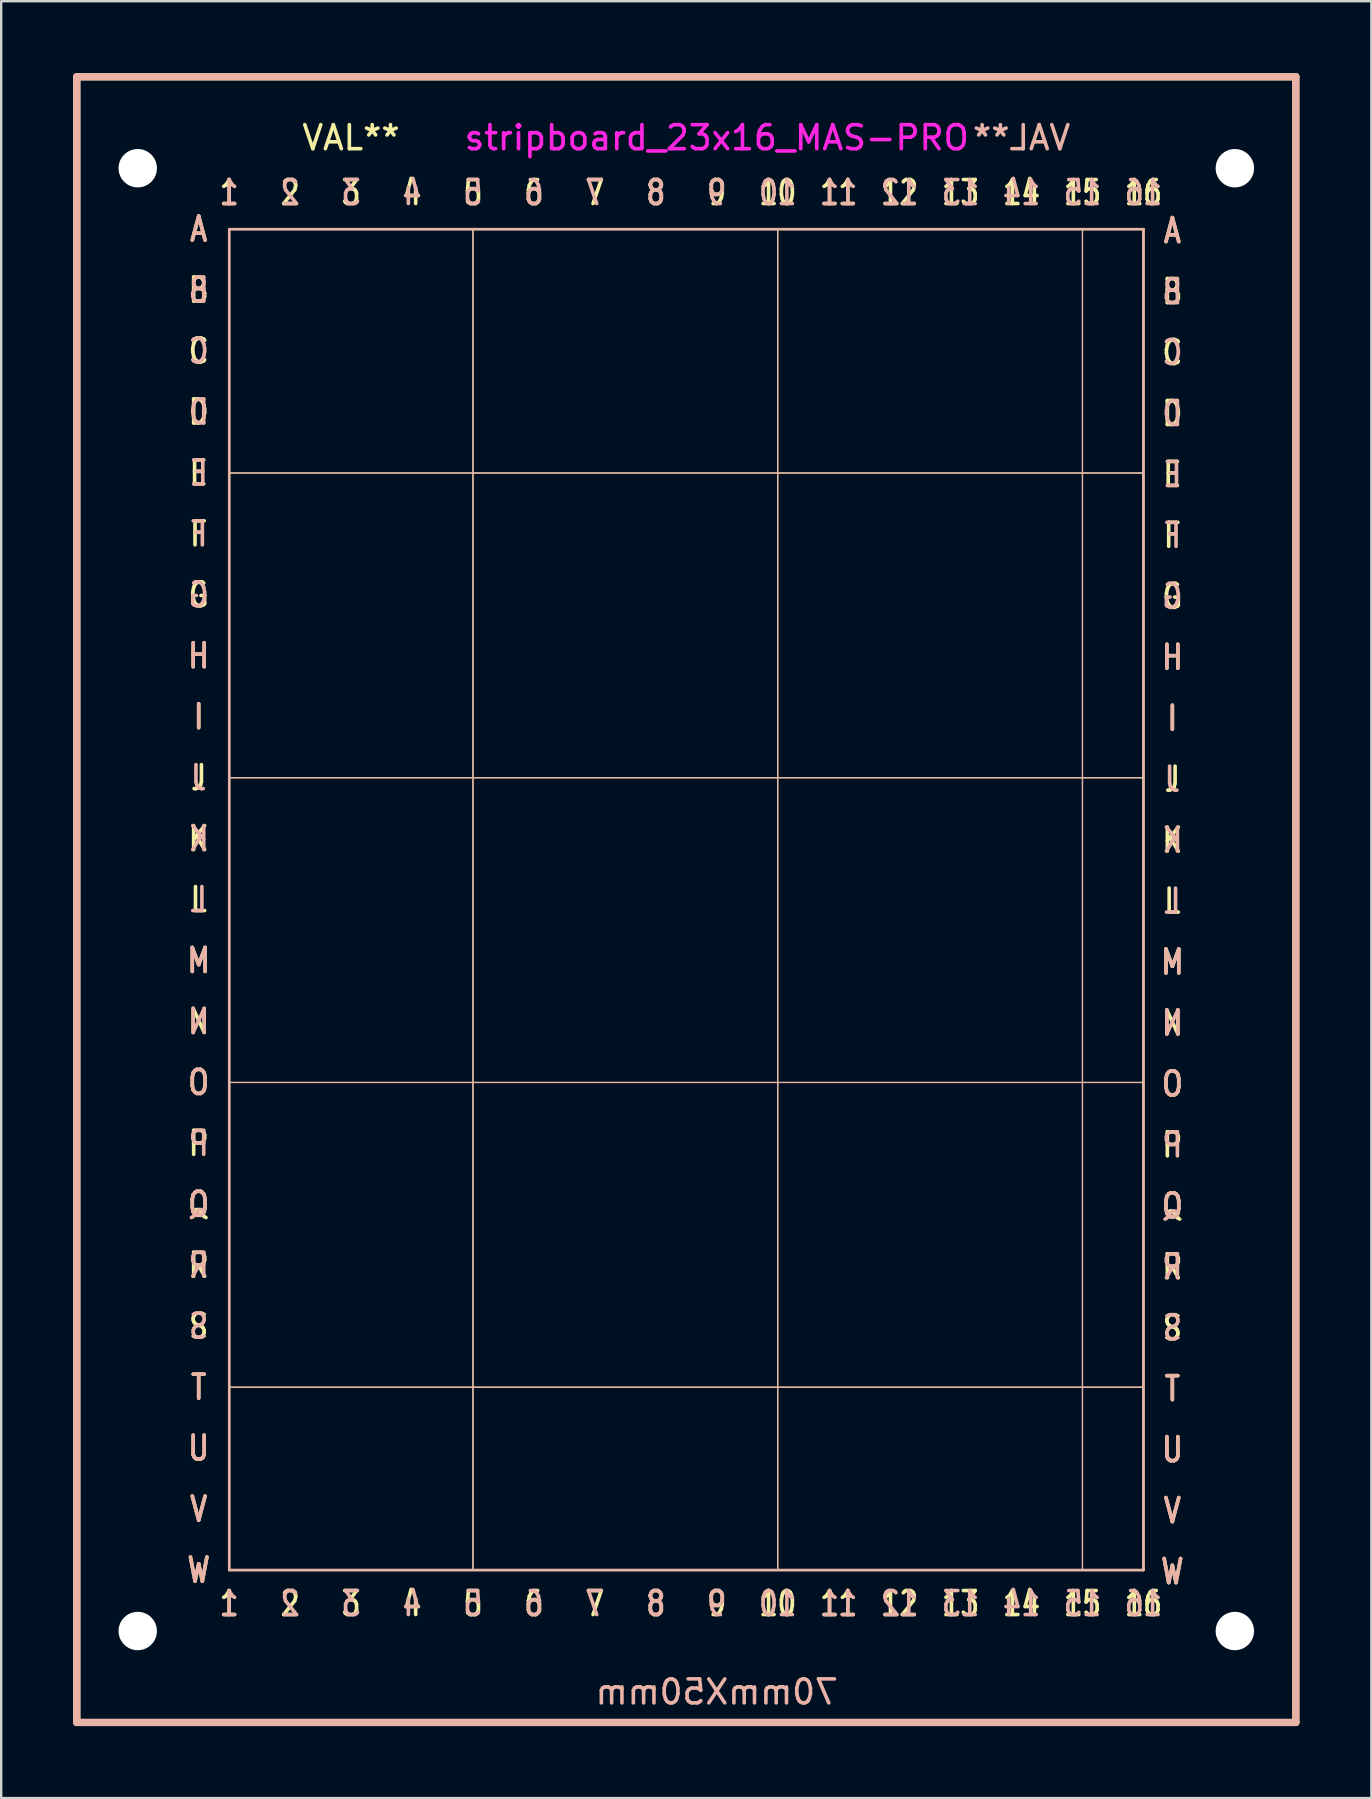
<source format=kicad_pcb>
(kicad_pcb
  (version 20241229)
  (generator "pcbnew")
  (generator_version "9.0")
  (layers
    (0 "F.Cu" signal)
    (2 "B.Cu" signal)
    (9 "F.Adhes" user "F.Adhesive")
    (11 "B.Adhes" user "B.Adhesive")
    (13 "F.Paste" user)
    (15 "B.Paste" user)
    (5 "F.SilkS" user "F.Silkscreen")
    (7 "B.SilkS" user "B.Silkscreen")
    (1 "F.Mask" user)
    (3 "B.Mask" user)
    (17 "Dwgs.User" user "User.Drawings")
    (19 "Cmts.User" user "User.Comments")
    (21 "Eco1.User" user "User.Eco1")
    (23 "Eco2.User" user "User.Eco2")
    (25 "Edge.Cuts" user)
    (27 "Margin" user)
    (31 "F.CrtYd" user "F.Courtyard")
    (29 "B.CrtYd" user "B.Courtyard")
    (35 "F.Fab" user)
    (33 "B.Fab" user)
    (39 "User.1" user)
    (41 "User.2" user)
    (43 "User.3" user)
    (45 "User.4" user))
  (footprint "stripboard_23x16_MAS-PRO"
    (layer "F.Cu")
    (at 26.82 35.71)
    (property "Reference" "stripboard_23x16_MAS-PRO" (at 0 -33.02 0) (layer "F.CrtYd") (effects (font (size 1 1) (thickness 0.15))))
    (attr exclude_from_pos_files exclude_from_bom)
    (fp_line (start -26.67 -35.56) (end -26.67 33.02) (stroke (width 0.3) (type solid)) (layer "F.SilkS"))
    (fp_line (start -26.67 33.02) (end 24.13 33.02) (stroke (width 0.3) (type solid)) (layer "F.SilkS"))
    (fp_line (start -20.32 -29.21) (end -20.32 26.67) (stroke (width 0.1) (type solid)) (layer "F.SilkS"))
    (fp_line (start -20.32 -19.05) (end 17.78 -19.05) (stroke (width 0.05) (type solid)) (layer "F.SilkS"))
    (fp_line (start -20.32 -6.35) (end 17.78 -6.35) (stroke (width 0.05) (type solid)) (layer "F.SilkS"))
    (fp_line (start -20.32 6.35) (end 17.78 6.35) (stroke (width 0.05) (type solid)) (layer "F.SilkS"))
    (fp_line (start -20.32 19.05) (end 17.78 19.05) (stroke (width 0.05) (type solid)) (layer "F.SilkS"))
    (fp_line (start -20.32 26.67) (end 17.78 26.67) (stroke (width 0.1) (type solid)) (layer "F.SilkS"))
    (fp_line (start -10.16 -29.21) (end -10.16 26.67) (stroke (width 0.05) (type solid)) (layer "F.SilkS"))
    (fp_line (start 2.54 26.67) (end 2.54 -29.21) (stroke (width 0.05) (type solid)) (layer "F.SilkS"))
    (fp_line (start 15.24 26.67) (end 15.24 -29.21) (stroke (width 0.05) (type solid)) (layer "F.SilkS"))
    (fp_line (start 17.78 -29.21) (end -20.32 -29.21) (stroke (width 0.1) (type solid)) (layer "F.SilkS"))
    (fp_line (start 17.78 26.67) (end 17.78 -29.21) (stroke (width 0.1) (type solid)) (layer "F.SilkS"))
    (fp_line (start 24.13 -35.56) (end -26.67 -35.56) (stroke (width 0.3) (type solid)) (layer "F.SilkS"))
    (fp_line (start 24.13 33.02) (end 24.13 -35.56) (stroke (width 0.3) (type solid)) (layer "F.SilkS"))
    (fp_line (start -26.67 -35.56) (end -26.67 33.02) (stroke (width 0.3) (type solid)) (layer "B.SilkS"))
    (fp_line (start -26.67 33.02) (end 24.13 33.02) (stroke (width 0.3) (type solid)) (layer "B.SilkS"))
    (fp_line (start -20.32 -29.21) (end -20.32 26.67) (stroke (width 0.1) (type solid)) (layer "B.SilkS"))
    (fp_line (start -20.32 -19.05) (end 17.78 -19.05) (stroke (width 0.05) (type solid)) (layer "B.SilkS"))
    (fp_line (start -20.32 -6.35) (end 17.78 -6.35) (stroke (width 0.05) (type solid)) (layer "B.SilkS"))
    (fp_line (start -20.32 6.35) (end 17.78 6.35) (stroke (width 0.05) (type solid)) (layer "B.SilkS"))
    (fp_line (start -20.32 19.05) (end 17.78 19.05) (stroke (width 0.05) (type solid)) (layer "B.SilkS"))
    (fp_line (start -20.32 26.67) (end 17.78 26.67) (stroke (width 0.1) (type solid)) (layer "B.SilkS"))
    (fp_line (start -10.16 -29.21) (end -10.16 26.67) (stroke (width 0.05) (type solid)) (layer "B.SilkS"))
    (fp_line (start 2.54 26.67) (end 2.54 -29.21) (stroke (width 0.05) (type solid)) (layer "B.SilkS"))
    (fp_line (start 15.24 26.67) (end 15.24 -29.21) (stroke (width 0.05) (type solid)) (layer "B.SilkS"))
    (fp_line (start 17.78 -29.21) (end -20.32 -29.21) (stroke (width 0.1) (type solid)) (layer "B.SilkS"))
    (fp_line (start 17.78 26.67) (end 17.78 -29.21) (stroke (width 0.1) (type solid)) (layer "B.SilkS"))
    (fp_line (start 24.13 -35.56) (end -26.67 -35.56) (stroke (width 0.3) (type solid)) (layer "B.SilkS"))
    (fp_line (start 24.13 33.02) (end 24.13 -35.56) (stroke (width 0.3) (type solid)) (layer "B.SilkS"))
    (fp_text user "U" (at -21.59 21.59 180) (layer "F.SilkS") (effects (font (size 1 0.8) (thickness 0.15))))
    (fp_text user "3" (at -15.24 28.067 0) (layer "F.SilkS") (effects (font (size 1 0.8) (thickness 0.15))))
    (fp_text user "C" (at 18.986 -24.067 180) (layer "F.SilkS") (effects (font (size 1 0.8) (thickness 0.15))))
    (fp_text user "A" (at -21.59 -29.21 180) (layer "F.SilkS") (effects (font (size 1 0.8) (thickness 0.15))))
    (fp_text user "I" (at -21.59 -8.89 180) (layer "F.SilkS") (effects (font (size 1 0.8) (thickness 0.15))))
    (fp_text user "10" (at 2.54 -30.734 0) (layer "F.SilkS") (effects (font (size 1 0.8) (thickness 0.15))))
    (fp_text user "B" (at 18.986 -26.607 180) (layer "F.SilkS") (effects (font (size 1 0.8) (thickness 0.15))))
    (fp_text user "B" (at -21.59 -26.67 180) (layer "F.SilkS") (effects (font (size 1 0.8) (thickness 0.15))))
    (fp_text user "V" (at -21.59 24.13 180) (layer "F.SilkS") (effects (font (size 1 0.8) (thickness 0.15))))
    (fp_text user "7" (at -5.08 28.067 0) (layer "F.SilkS") (effects (font (size 1 0.8) (thickness 0.15))))
    (fp_text user "9" (at 0 28.067 0) (layer "F.SilkS") (effects (font (size 1 0.8) (thickness 0.15))))
    (fp_text user "W" (at 18.986 26.733 180) (layer "F.SilkS") (effects (font (size 1 0.8) (thickness 0.15))))
    (fp_text user "R" (at -21.59 13.97 180) (layer "F.SilkS") (effects (font (size 1 0.8) (thickness 0.15))))
    (fp_text user "6" (at -7.62 -30.734 0) (layer "F.SilkS") (effects (font (size 1 0.8) (thickness 0.15))))
    (fp_text user "M" (at -21.59 1.27 180) (layer "F.SilkS") (effects (font (size 1 0.8) (thickness 0.15))))
    (fp_text user "S" (at 18.986 16.573 180) (layer "F.SilkS") (effects (font (size 1 0.8) (thickness 0.15))))
    (fp_text user "14" (at 12.7 28.067 0) (layer "F.SilkS") (effects (font (size 1 0.8) (thickness 0.15))))
    (fp_text user "N" (at 18.986 3.873 180) (layer "F.SilkS") (effects (font (size 1 0.8) (thickness 0.15))))
    (fp_text user "J" (at -21.59 -6.35 180) (layer "F.SilkS") (effects (font (size 1 0.8) (thickness 0.15))))
    (fp_text user "2" (at -17.78 28.067 0) (layer "F.SilkS") (effects (font (size 1 0.8) (thickness 0.15))))
    (fp_text user "V" (at 18.986 24.194 180) (layer "F.SilkS") (effects (font (size 1 0.8) (thickness 0.15))))
    (fp_text user "13" (at 10.16 -30.734 0) (layer "F.SilkS") (effects (font (size 1 0.8) (thickness 0.15))))
    (fp_text user "S" (at -21.59 16.51 180) (layer "F.SilkS") (effects (font (size 1 0.8) (thickness 0.15))))
    (fp_text user "J" (at 18.986 -6.287 180) (layer "F.SilkS") (effects (font (size 1 0.8) (thickness 0.15))))
    (fp_text user "E" (at 18.986 -18.986 180) (layer "F.SilkS") (effects (font (size 1 0.8) (thickness 0.15))))
    (fp_text user "Q" (at 18.986 11.493 180) (layer "F.SilkS") (effects (font (size 1 0.8) (thickness 0.15))))
    (fp_text user "K" (at 18.986 -3.747 180) (layer "F.SilkS") (effects (font (size 1 0.8) (thickness 0.15))))
    (fp_text user "A" (at 18.986 -29.146 180) (layer "F.SilkS") (effects (font (size 1 0.8) (thickness 0.15))))
    (fp_text user "G" (at 18.986 -13.906 180) (layer "F.SilkS") (effects (font (size 1 0.8) (thickness 0.15))))
    (fp_text user "15" (at 15.24 28.067 0) (layer "F.SilkS") (effects (font (size 1 0.8) (thickness 0.15))))
    (fp_text user "O" (at -21.59 6.35 180) (layer "F.SilkS") (effects (font (size 1 0.8) (thickness 0.15))))
    (fp_text user "K" (at -21.59 -3.81 180) (layer "F.SilkS") (effects (font (size 1 0.8) (thickness 0.15))))
    (fp_text user "F" (at -21.59 -16.51 180) (layer "F.SilkS") (effects (font (size 1 0.8) (thickness 0.15))))
    (fp_text user "10" (at 2.54 28.067 0) (layer "F.SilkS") (effects (font (size 1 0.8) (thickness 0.15))))
    (fp_text user "11" (at 5.08 -30.734 0) (layer "F.SilkS") (effects (font (size 1 0.8) (thickness 0.15))))
    (fp_text user "5" (at -10.16 -30.734 0) (layer "F.SilkS") (effects (font (size 1 0.8) (thickness 0.15))))
    (fp_text user "Q" (at -21.59 11.43 180) (layer "F.SilkS") (effects (font (size 1 0.8) (thickness 0.15))))
    (fp_text user "2" (at -17.78 -30.734 0) (layer "F.SilkS") (effects (font (size 1 0.8) (thickness 0.15))))
    (fp_text user "E" (at -21.59 -19.05 180) (layer "F.SilkS") (effects (font (size 1 0.8) (thickness 0.15))))
    (fp_text user "I" (at 18.986 -8.826 180) (layer "F.SilkS") (effects (font (size 1 0.8) (thickness 0.15))))
    (fp_text user "P" (at 18.986 8.954 180) (layer "F.SilkS") (effects (font (size 1 0.8) (thickness 0.15))))
    (fp_text user "H" (at -21.59 -11.43 180) (layer "F.SilkS") (effects (font (size 1 0.8) (thickness 0.15))))
    (fp_text user "T" (at 18.986 19.113 180) (layer "F.SilkS") (effects (font (size 1 0.8) (thickness 0.15))))
    (fp_text user "F" (at 18.986 -16.447 180) (layer "F.SilkS") (effects (font (size 1 0.8) (thickness 0.15))))
    (fp_text user "M" (at 18.986 1.333 180) (layer "F.SilkS") (effects (font (size 1 0.8) (thickness 0.15))))
    (fp_text user "15" (at 15.24 -30.734 0) (layer "F.SilkS") (effects (font (size 1 0.8) (thickness 0.15))))
    (fp_text user "H" (at 18.986 -11.367 180) (layer "F.SilkS") (effects (font (size 1 0.8) (thickness 0.15))))
    (fp_text user "12" (at 7.62 -30.734 0) (layer "F.SilkS") (effects (font (size 1 0.8) (thickness 0.15))))
    (fp_text user "16" (at 17.78 -30.734 0) (layer "F.SilkS") (effects (font (size 1 0.8) (thickness 0.15))))
    (fp_text user "5" (at -10.16 28.067 0) (layer "F.SilkS") (effects (font (size 1 0.8) (thickness 0.15))))
    (fp_text user "L" (at -21.59 -1.27 180) (layer "F.SilkS") (effects (font (size 1 0.8) (thickness 0.15))))
    (fp_text user "L" (at 18.986 -1.206 180) (layer "F.SilkS") (effects (font (size 1 0.8) (thickness 0.15))))
    (fp_text user "R" (at 18.986 14.034 180) (layer "F.SilkS") (effects (font (size 1 0.8) (thickness 0.15))))
    (fp_text user "9" (at 0 -30.734 0) (layer "F.SilkS") (effects (font (size 1 0.8) (thickness 0.15))))
    (fp_text user "8" (at -2.54 28.067 0) (layer "F.SilkS") (effects (font (size 1 0.8) (thickness 0.15))))
    (fp_text user "N" (at -21.59 3.81 180) (layer "F.SilkS") (effects (font (size 1 0.8) (thickness 0.15))))
    (fp_text user "7" (at -5.08 -30.734 0) (layer "F.SilkS") (effects (font (size 1 0.8) (thickness 0.15))))
    (fp_text user "12" (at 7.62 28.067 0) (layer "F.SilkS") (effects (font (size 1 0.8) (thickness 0.15))))
    (fp_text user "1" (at -20.32 -30.734 0) (layer "F.SilkS") (effects (font (size 1 0.8) (thickness 0.15))))
    (fp_text user "16" (at 17.78 28.067 0) (layer "F.SilkS") (effects (font (size 1 0.8) (thickness 0.15))))
    (fp_text user "VAL**" (at -15.24 -33.02 0) (layer "F.SilkS") (effects (font (size 1 1) (thickness 0.15))))
    (fp_text user "14" (at 12.7 -30.734 0) (layer "F.SilkS") (effects (font (size 1 0.8) (thickness 0.15))))
    (fp_text user "O" (at 18.986 6.413 180) (layer "F.SilkS") (effects (font (size 1 0.8) (thickness 0.15))))
    (fp_text user "W" (at -21.59 26.67 180) (layer "F.SilkS") (effects (font (size 1 0.8) (thickness 0.15))))
    (fp_text user "13" (at 10.16 28.067 0) (layer "F.SilkS") (effects (font (size 1 0.8) (thickness 0.15))))
    (fp_text user "6" (at -7.62 28.067 0) (layer "F.SilkS") (effects (font (size 1 0.8) (thickness 0.15))))
    (fp_text user "C" (at -21.59 -24.13 180) (layer "F.SilkS") (effects (font (size 1 0.8) (thickness 0.15))))
    (fp_text user "11" (at 5.08 28.067 0) (layer "F.SilkS") (effects (font (size 1 0.8) (thickness 0.15))))
    (fp_text user "3" (at -15.24 -30.734 0) (layer "F.SilkS") (effects (font (size 1 0.8) (thickness 0.15))))
    (fp_text user "D" (at 18.986 -21.526 180) (layer "F.SilkS") (effects (font (size 1 0.8) (thickness 0.15))))
    (fp_text user "4" (at -12.7 -30.734 0) (layer "F.SilkS") (effects (font (size 1 0.8) (thickness 0.15))))
    (fp_text user "1" (at -20.32 28.067 0) (layer "F.SilkS") (effects (font (size 1 0.8) (thickness 0.15))))
    (fp_text user "D" (at -21.59 -21.59 180) (layer "F.SilkS") (effects (font (size 1 0.8) (thickness 0.15))))
    (fp_text user "4" (at -12.7 28.067 0) (layer "F.SilkS") (effects (font (size 1 0.8) (thickness 0.15))))
    (fp_text user "U" (at 18.986 21.654 180) (layer "F.SilkS") (effects (font (size 1 0.8) (thickness 0.15))))
    (fp_text user "T" (at -21.59 19.05 180) (layer "F.SilkS") (effects (font (size 1 0.8) (thickness 0.15))))
    (fp_text user "P" (at -21.59 8.89 180) (layer "F.SilkS") (effects (font (size 1 0.8) (thickness 0.15))))
    (fp_text user "8" (at -2.54 -30.734 0) (layer "F.SilkS") (effects (font (size 1 0.8) (thickness 0.15))))
    (fp_text user "G" (at -21.59 -13.97 180) (layer "F.SilkS") (effects (font (size 1 0.8) (thickness 0.15))))
    (fp_text user "10" (at 2.54 28.067 0) (layer "B.SilkS") (effects (font (size 1 0.8) (thickness 0.15)) (justify mirror)))
    (fp_text user "3" (at -15.24 -30.734 0) (layer "B.SilkS") (effects (font (size 1 0.8) (thickness 0.15)) (justify mirror)))
    (fp_text user "E" (at 18.986 -18.986 180) (layer "B.SilkS") (effects (font (size 1 0.8) (thickness 0.15)) (justify mirror)))
    (fp_text user "6" (at -7.62 28.067 0) (layer "B.SilkS") (effects (font (size 1 0.8) (thickness 0.15)) (justify mirror)))
    (fp_text user "8" (at -2.54 28.067 0) (layer "B.SilkS") (effects (font (size 1 0.8) (thickness 0.15)) (justify mirror)))
    (fp_text user "N" (at -21.59 3.81 180) (layer "B.SilkS") (effects (font (size 1 0.8) (thickness 0.15)) (justify mirror)))
    (fp_text user "T" (at -21.59 19.05 180) (layer "B.SilkS") (effects (font (size 1 0.8) (thickness 0.15)) (justify mirror)))
    (fp_text user "H" (at -21.59 -11.43 180) (layer "B.SilkS") (effects (font (size 1 0.8) (thickness 0.15)) (justify mirror)))
    (fp_text user "P" (at -21.59 8.89 180) (layer "B.SilkS") (effects (font (size 1 0.8) (thickness 0.15)) (justify mirror)))
    (fp_text user "M" (at -21.59 1.27 180) (layer "B.SilkS") (effects (font (size 1 0.8) (thickness 0.15)) (justify mirror)))
    (fp_text user "S" (at -21.59 16.51 180) (layer "B.SilkS") (effects (font (size 1 0.8) (thickness 0.15)) (justify mirror)))
    (fp_text user "U" (at 18.986 21.654 180) (layer "B.SilkS") (effects (font (size 1 0.8) (thickness 0.15)) (justify mirror)))
    (fp_text user "15" (at 15.24 -30.734 0) (layer "B.SilkS") (effects (font (size 1 0.8) (thickness 0.15)) (justify mirror)))
    (fp_text user "9" (at 0 -30.734 0) (layer "B.SilkS") (effects (font (size 1 0.8) (thickness 0.15)) (justify mirror)))
    (fp_text user "D" (at 18.986 -21.526 180) (layer "B.SilkS") (effects (font (size 1 0.8) (thickness 0.15)) (justify mirror)))
    (fp_text user "T" (at 18.986 19.113 180) (layer "B.SilkS") (effects (font (size 1 0.8) (thickness 0.15)) (justify mirror)))
    (fp_text user "S" (at 18.986 16.573 180) (layer "B.SilkS") (effects (font (size 1 0.8) (thickness 0.15)) (justify mirror)))
    (fp_text user "2" (at -17.78 28.067 0) (layer "B.SilkS") (effects (font (size 1 0.8) (thickness 0.15)) (justify mirror)))
    (fp_text user "14" (at 12.7 28.067 0) (layer "B.SilkS") (effects (font (size 1 0.8) (thickness 0.15)) (justify mirror)))
    (fp_text user "7" (at -5.08 28.067 0) (layer "B.SilkS") (effects (font (size 1 0.8) (thickness 0.15)) (justify mirror)))
    (fp_text user "1" (at -20.32 -30.734 0) (layer "B.SilkS") (effects (font (size 1 0.8) (thickness 0.15)) (justify mirror)))
    (fp_text user "C" (at 18.986 -24.067 180) (layer "B.SilkS") (effects (font (size 1 0.8) (thickness 0.15)) (justify mirror)))
    (fp_text user "16" (at 17.78 28.067 0) (layer "B.SilkS") (effects (font (size 1 0.8) (thickness 0.15)) (justify mirror)))
    (fp_text user "1" (at -20.32 28.067 0) (layer "B.SilkS") (effects (font (size 1 0.8) (thickness 0.15)) (justify mirror)))
    (fp_text user "7" (at -5.08 -30.734 0) (layer "B.SilkS") (effects (font (size 1 0.8) (thickness 0.15)) (justify mirror)))
    (fp_text user "Q" (at -21.59 11.43 180) (layer "B.SilkS") (effects (font (size 1 0.8) (thickness 0.15)) (justify mirror)))
    (fp_text user "U" (at -21.59 21.59 180) (layer "B.SilkS") (effects (font (size 1 0.8) (thickness 0.15)) (justify mirror)))
    (fp_text user "W" (at -21.59 26.67 180) (layer "B.SilkS") (effects (font (size 1 0.8) (thickness 0.15)) (justify mirror)))
    (fp_text user "O" (at 18.986 6.413 180) (layer "B.SilkS") (effects (font (size 1 0.8) (thickness 0.15)) (justify mirror)))
    (fp_text user "I" (at 18.986 -8.826 180) (layer "B.SilkS") (effects (font (size 1 0.8) (thickness 0.15)) (justify mirror)))
    (fp_text user "V" (at 18.986 24.194 180) (layer "B.SilkS") (effects (font (size 1 0.8) (thickness 0.15)) (justify mirror)))
    (fp_text user "V" (at -21.59 24.13 180) (layer "B.SilkS") (effects (font (size 1 0.8) (thickness 0.15)) (justify mirror)))
    (fp_text user "J" (at -21.59 -6.35 180) (layer "B.SilkS") (effects (font (size 1 0.8) (thickness 0.15)) (justify mirror)))
    (fp_text user "G" (at -21.59 -13.97 180) (layer "B.SilkS") (effects (font (size 1 0.8) (thickness 0.15)) (justify mirror)))
    (fp_text user "16" (at 17.78 -30.734 0) (layer "B.SilkS") (effects (font (size 1 0.8) (thickness 0.15)) (justify mirror)))
    (fp_text user "12" (at 7.62 28.067 0) (layer "B.SilkS") (effects (font (size 1 0.8) (thickness 0.15)) (justify mirror)))
    (fp_text user "13" (at 10.16 28.067 0) (layer "B.SilkS") (effects (font (size 1 0.8) (thickness 0.15)) (justify mirror)))
    (fp_text user "R" (at 18.986 14.034 180) (layer "B.SilkS") (effects (font (size 1 0.8) (thickness 0.15)) (justify mirror)))
    (fp_text user "70mmX50mm" (at 0 31.75 0) (layer "B.SilkS") (effects (font (size 1 1) (thickness 0.15)) (justify mirror)))
    (fp_text user "I" (at -21.59 -8.89 180) (layer "B.SilkS") (effects (font (size 1 0.8) (thickness 0.15)) (justify mirror)))
    (fp_text user "C" (at -21.59 -24.13 180) (layer "B.SilkS") (effects (font (size 1 0.8) (thickness 0.15)) (justify mirror)))
    (fp_text user "15" (at 15.24 28.067 0) (layer "B.SilkS") (effects (font (size 1 0.8) (thickness 0.15)) (justify mirror)))
    (fp_text user "M" (at 18.986 1.333 180) (layer "B.SilkS") (effects (font (size 1 0.8) (thickness 0.15)) (justify mirror)))
    (fp_text user "K" (at 18.986 -3.747 180) (layer "B.SilkS") (effects (font (size 1 0.8) (thickness 0.15)) (justify mirror)))
    (fp_text user "J" (at 18.986 -6.287 180) (layer "B.SilkS") (effects (font (size 1 0.8) (thickness 0.15)) (justify mirror)))
    (fp_text user "VAL**" (at 12.7 -33.02 0) (layer "B.SilkS") (effects (font (size 1 1) (thickness 0.15)) (justify mirror)))
    (fp_text user "4" (at -12.7 -30.734 0) (layer "B.SilkS") (effects (font (size 1 0.8) (thickness 0.15)) (justify mirror)))
    (fp_text user "4" (at -12.7 28.067 0) (layer "B.SilkS") (effects (font (size 1 0.8) (thickness 0.15)) (justify mirror)))
    (fp_text user "F" (at 18.986 -16.447 180) (layer "B.SilkS") (effects (font (size 1 0.8) (thickness 0.15)) (justify mirror)))
    (fp_text user "A" (at -21.59 -29.21 180) (layer "B.SilkS") (effects (font (size 1 0.8) (thickness 0.15)) (justify mirror)))
    (fp_text user "12" (at 7.62 -30.734 0) (layer "B.SilkS") (effects (font (size 1 0.8) (thickness 0.15)) (justify mirror)))
    (fp_text user "D" (at -21.59 -21.59 180) (layer "B.SilkS") (effects (font (size 1 0.8) (thickness 0.15)) (justify mirror)))
    (fp_text user "G" (at 18.986 -13.906 180) (layer "B.SilkS") (effects (font (size 1 0.8) (thickness 0.15)) (justify mirror)))
    (fp_text user "L" (at 18.986 -1.206 180) (layer "B.SilkS") (effects (font (size 1 0.8) (thickness 0.15)) (justify mirror)))
    (fp_text user "8" (at -2.54 -30.734 0) (layer "B.SilkS") (effects (font (size 1 0.8) (thickness 0.15)) (justify mirror)))
    (fp_text user "2" (at -17.78 -30.734 0) (layer "B.SilkS") (effects (font (size 1 0.8) (thickness 0.15)) (justify mirror)))
    (fp_text user "A" (at 18.986 -29.146 180) (layer "B.SilkS") (effects (font (size 1 0.8) (thickness 0.15)) (justify mirror)))
    (fp_text user "5" (at -10.16 -30.734 0) (layer "B.SilkS") (effects (font (size 1 0.8) (thickness 0.15)) (justify mirror)))
    (fp_text user "3" (at -15.24 28.067 0) (layer "B.SilkS") (effects (font (size 1 0.8) (thickness 0.15)) (justify mirror)))
    (fp_text user "H" (at 18.986 -11.367 180) (layer "B.SilkS") (effects (font (size 1 0.8) (thickness 0.15)) (justify mirror)))
    (fp_text user "11" (at 5.08 28.067 0) (layer "B.SilkS") (effects (font (size 1 0.8) (thickness 0.15)) (justify mirror)))
    (fp_text user "O" (at -21.59 6.35 180) (layer "B.SilkS") (effects (font (size 1 0.8) (thickness 0.15)) (justify mirror)))
    (fp_text user "F" (at -21.59 -16.51 180) (layer "B.SilkS") (effects (font (size 1 0.8) (thickness 0.15)) (justify mirror)))
    (fp_text user "6" (at -7.62 -30.734 0) (layer "B.SilkS") (effects (font (size 1 0.8) (thickness 0.15)) (justify mirror)))
    (fp_text user "Q" (at 18.986 11.493 180) (layer "B.SilkS") (effects (font (size 1 0.8) (thickness 0.15)) (justify mirror)))
    (fp_text user "11" (at 5.08 -30.734 0) (layer "B.SilkS") (effects (font (size 1 0.8) (thickness 0.15)) (justify mirror)))
    (fp_text user "E" (at -21.59 -19.05 180) (layer "B.SilkS") (effects (font (size 1 0.8) (thickness 0.15)) (justify mirror)))
    (fp_text user "W" (at 18.986 26.733 180) (layer "B.SilkS") (effects (font (size 1 0.8) (thickness 0.15)) (justify mirror)))
    (fp_text user "N" (at 18.986 3.873 180) (layer "B.SilkS") (effects (font (size 1 0.8) (thickness 0.15)) (justify mirror)))
    (fp_text user "B" (at -21.59 -26.67 180) (layer "B.SilkS") (effects (font (size 1 0.8) (thickness 0.15)) (justify mirror)))
    (fp_text user "R" (at -21.59 13.97 180) (layer "B.SilkS") (effects (font (size 1 0.8) (thickness 0.15)) (justify mirror)))
    (fp_text user "9" (at 0 28.067 0) (layer "B.SilkS") (effects (font (size 1 0.8) (thickness 0.15)) (justify mirror)))
    (fp_text user "L" (at -21.59 -1.27 180) (layer "B.SilkS") (effects (font (size 1 0.8) (thickness 0.15)) (justify mirror)))
    (fp_text user "10" (at 2.54 -30.734 0) (layer "B.SilkS") (effects (font (size 1 0.8) (thickness 0.15)) (justify mirror)))
    (fp_text user "13" (at 10.16 -30.734 0) (layer "B.SilkS") (effects (font (size 1 0.8) (thickness 0.15)) (justify mirror)))
    (fp_text user "5" (at -10.16 28.067 0) (layer "B.SilkS") (effects (font (size 1 0.8) (thickness 0.15)) (justify mirror)))
    (fp_text user "K" (at -21.59 -3.81 180) (layer "B.SilkS") (effects (font (size 1 0.8) (thickness 0.15)) (justify mirror)))
    (fp_text user "14" (at 12.7 -30.734 0) (layer "B.SilkS") (effects (font (size 1 0.8) (thickness 0.15)) (justify mirror)))
    (fp_text user "P" (at 18.986 8.954 180) (layer "B.SilkS") (effects (font (size 1 0.8) (thickness 0.15)) (justify mirror)))
    (fp_text user "B" (at 18.986 -26.607 180) (layer "B.SilkS") (effects (font (size 1 0.8) (thickness 0.15)) (justify mirror)))
    (pad "" np_thru_hole circle (at -24.13 -31.75) (size 1.6 1.6) (drill 1.6) (layers "*.Cu" "*.Mask"))
    (pad "" np_thru_hole circle (at -24.13 29.21) (size 1.6 1.6) (drill 1.6) (layers "*.Cu" "*.Mask"))
    (pad "" np_thru_hole circle (at 21.59 -31.75) (size 1.6 1.6) (drill 1.6) (layers "*.Cu" "*.Mask"))
    (pad "" np_thru_hole circle (at 21.59 29.21) (size 1.6 1.6) (drill 1.6) (layers "*.Cu" "*.Mask")))
  (gr_rect
    (start -3 -3)
    (end 54.1 71.88)
    (stroke (width 0.1) (type default))
    (fill no)
    (layer "Edge.Cuts")))
</source>
